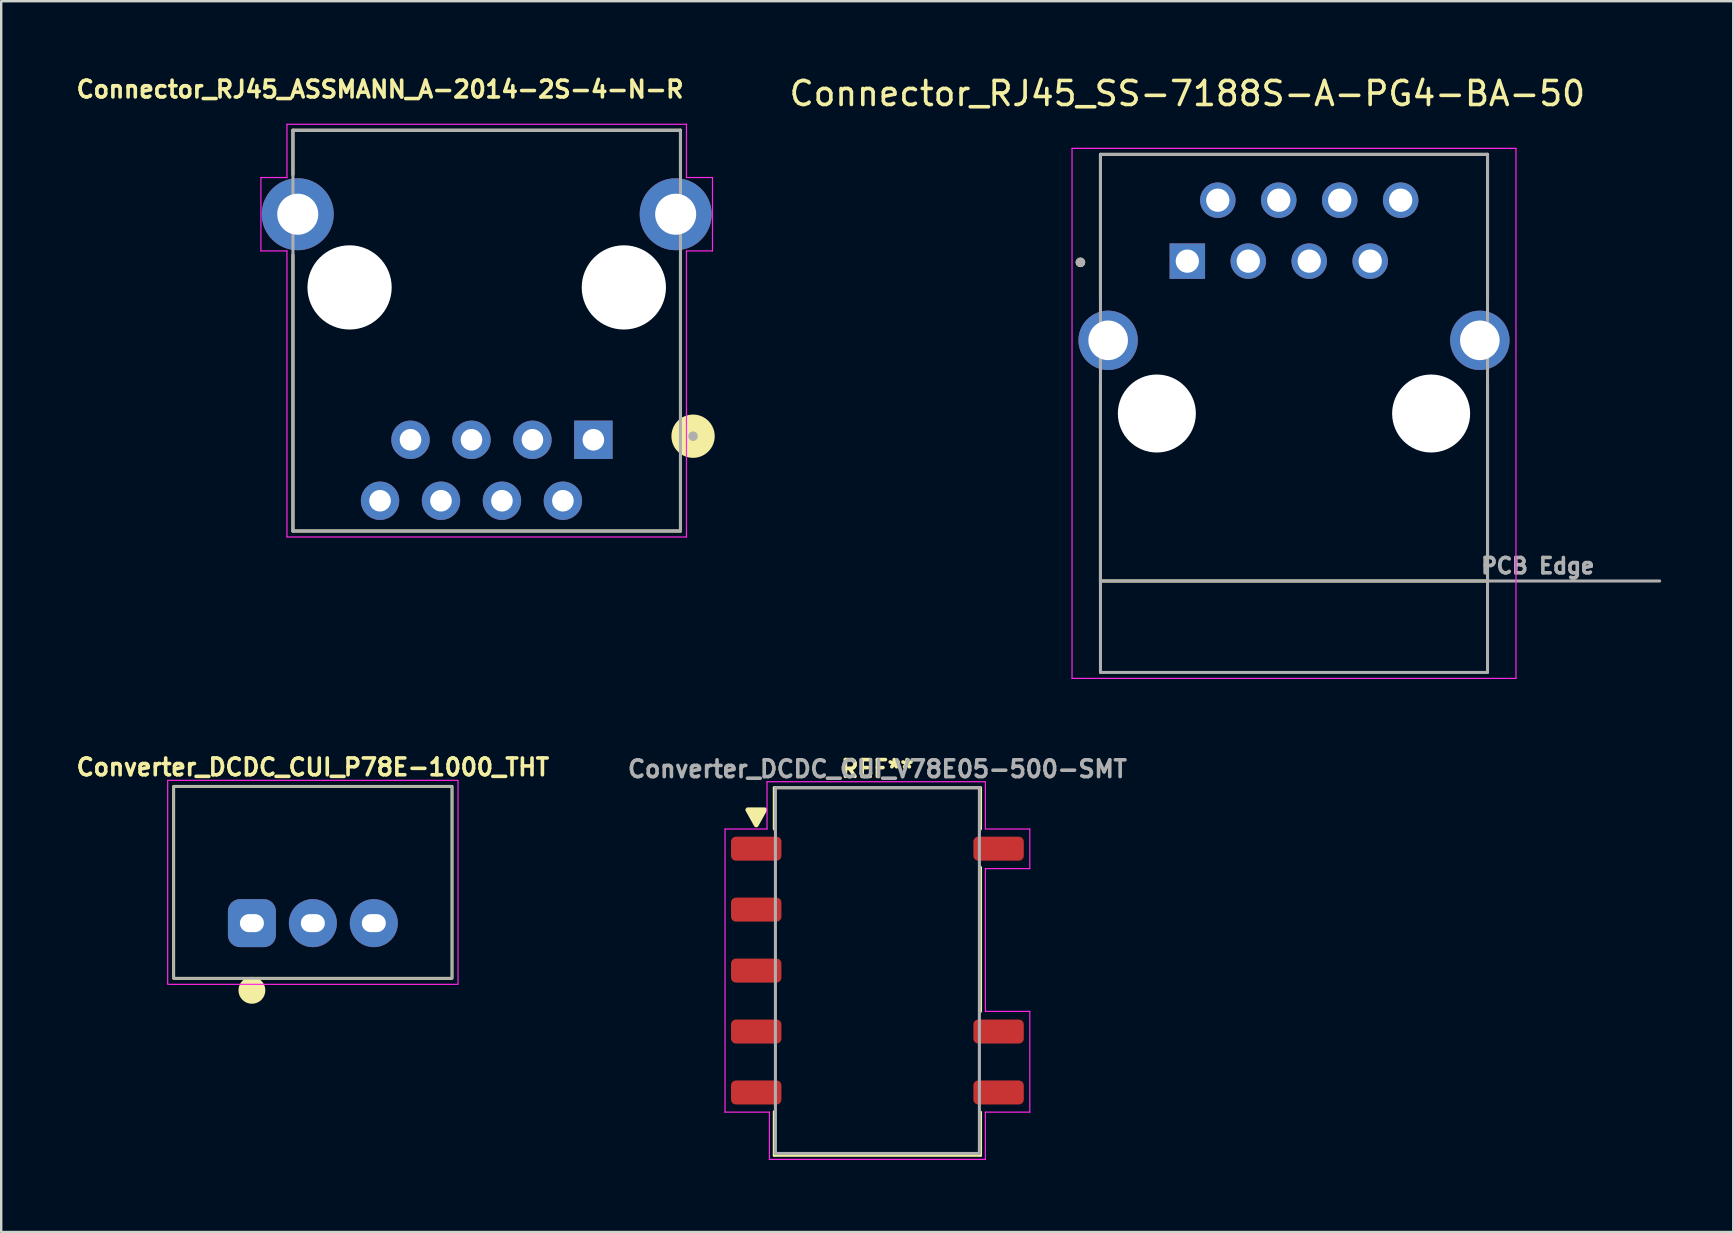
<source format=kicad_pcb>
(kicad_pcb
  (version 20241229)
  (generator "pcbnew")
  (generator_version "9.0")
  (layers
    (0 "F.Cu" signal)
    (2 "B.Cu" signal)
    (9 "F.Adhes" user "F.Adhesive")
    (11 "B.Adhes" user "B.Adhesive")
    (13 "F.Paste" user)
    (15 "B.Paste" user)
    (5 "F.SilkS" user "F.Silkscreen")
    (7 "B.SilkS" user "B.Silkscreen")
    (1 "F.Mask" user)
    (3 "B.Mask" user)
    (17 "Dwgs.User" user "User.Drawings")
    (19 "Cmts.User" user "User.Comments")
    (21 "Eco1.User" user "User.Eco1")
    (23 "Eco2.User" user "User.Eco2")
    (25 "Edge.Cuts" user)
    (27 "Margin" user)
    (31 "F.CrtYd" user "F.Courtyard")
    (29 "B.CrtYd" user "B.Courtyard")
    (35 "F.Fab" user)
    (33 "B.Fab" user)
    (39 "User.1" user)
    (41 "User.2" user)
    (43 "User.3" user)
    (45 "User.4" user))
  (footprint "Converter_DCDC_CUI_P78E-1000_THT"
    (layer "F.Cu")
    (at 7.448 35.421)
    (property "Reference" "Converter_DCDC_CUI_P78E-1000_THT" (at 2.54 -6.5 0) (unlocked yes) (layer "F.SilkS") (effects (font (size 0.7 0.7) (thickness 0.15))))
    (attr through_hole)
    (fp_rect (start -3.26 -5.7) (end 8.34 2.3) (stroke (width 0.12) (type solid)) (fill no) (layer "F.SilkS"))
    (fp_circle (center 0 2.8) (end 0.5 2.8) (stroke (width 0.12) (type solid)) (fill yes) (layer "F.SilkS"))
    (fp_rect (start -3.51 -5.95) (end 8.59 2.55) (stroke (width 0.05) (type solid)) (fill no) (layer "F.CrtYd"))
    (fp_rect (start -3.26 -5.7) (end 8.34 2.3) (stroke (width 0.1) (type solid)) (fill no) (layer "F.Fab"))
    (pad "1" thru_hole roundrect (at 0 0) (size 2 2) (drill oval 1 0.75) (layers "*.Cu" "*.Mask") (roundrect_rratio 0.25))
    (pad "2" thru_hole circle (at 2.54 0) (size 2 2) (drill oval 1 0.75) (layers "*.Cu" "*.Mask"))
    (pad "3" thru_hole circle (at 5.08 0) (size 2 2) (drill oval 1 0.75) (layers "*.Cu" "*.Mask")))
  (footprint "Connector_RJ45_SS-7188S-A-PG4-BA-50"
    (layer "F.Cu")
    (at 50.876 14.183)
    (property "Reference" "Connector_RJ45_SS-7188S-A-PG4-BA-50" (at -4.445 -13.335 0) (layer "F.SilkS") (effects (font (size 1 1) (thickness 0.15))))
    (attr through_hole)
    (fp_line (start -8.065 -10.8) (end 8.065 -10.8) (stroke (width 0.127) (type solid)) (layer "F.SilkS"))
    (fp_line (start -8.065 -4.8) (end -8.065 -10.8) (stroke (width 0.127) (type solid)) (layer "F.SilkS"))
    (fp_line (start -8.065 6.98) (end -8.065 -1.23) (stroke (width 0.127) (type solid)) (layer "F.SilkS"))
    (fp_line (start 8.065 -10.8) (end 8.065 -4.8) (stroke (width 0.127) (type solid)) (layer "F.SilkS"))
    (fp_line (start 8.065 -1.23) (end 8.065 6.98) (stroke (width 0.127) (type solid)) (layer "F.SilkS"))
    (fp_line (start 8.065 6.98) (end -8.065 6.98) (stroke (width 0.127) (type solid)) (layer "F.SilkS"))
    (fp_circle (center -8.9 -6.3) (end -8.8 -6.3) (stroke (width 0.2) (type solid)) (fill no) (layer "F.SilkS"))
    (fp_line (start -9.25 -11.05) (end 9.25 -11.05) (stroke (width 0.05) (type solid)) (layer "F.CrtYd"))
    (fp_line (start -9.25 11.04) (end -9.25 -11.05) (stroke (width 0.05) (type solid)) (layer "F.CrtYd"))
    (fp_line (start 9.25 -11.05) (end 9.25 11.04) (stroke (width 0.05) (type solid)) (layer "F.CrtYd"))
    (fp_line (start 9.25 11.04) (end -9.25 11.04) (stroke (width 0.05) (type solid)) (layer "F.CrtYd"))
    (fp_line (start -8.065 -10.8) (end 8.065 -10.8) (stroke (width 0.127) (type solid)) (layer "F.Fab"))
    (fp_line (start -8.065 6.98) (end -8.065 -10.8) (stroke (width 0.127) (type solid)) (layer "F.Fab"))
    (fp_line (start -8.065 6.98) (end 15.24 6.98) (stroke (width 0.127) (type solid)) (layer "F.Fab"))
    (fp_line (start -8.065 10.79) (end -8.065 6.98) (stroke (width 0.127) (type solid)) (layer "F.Fab"))
    (fp_line (start 8.065 -10.8) (end 8.065 10.79) (stroke (width 0.127) (type solid)) (layer "F.Fab"))
    (fp_line (start 8.065 10.79) (end -8.065 10.79) (stroke (width 0.127) (type solid)) (layer "F.Fab"))
    (fp_circle (center -8.9 -6.3) (end -8.8 -6.3) (stroke (width 0.2) (type solid)) (fill no) (layer "F.Fab"))
    (fp_text user "PCB Edge" (at 10.16 6.35 0) (layer "F.Fab") (effects (font (size 0.64 0.64) (thickness 0.15))))
    (pad "" np_thru_hole circle (at -5.715 0) (size 3.25 3.25) (drill 3.25) (layers "*.Cu" "*.Mask"))
    (pad "" np_thru_hole circle (at 5.715 0) (size 3.25 3.25) (drill 3.25) (layers "*.Cu" "*.Mask"))
    (pad "1" thru_hole rect (at -4.445 -6.35) (size 1.478 1.478) (drill 0.97) (layers "*.Cu" "*.Mask"))
    (pad "2" thru_hole circle (at -3.175 -8.89) (size 1.478 1.478) (drill 0.97) (layers "*.Cu" "*.Mask"))
    (pad "3" thru_hole circle (at -1.905 -6.35) (size 1.478 1.478) (drill 0.97) (layers "*.Cu" "*.Mask"))
    (pad "4" thru_hole circle (at -0.635 -8.89) (size 1.478 1.478) (drill 0.97) (layers "*.Cu" "*.Mask"))
    (pad "5" thru_hole circle (at 0.635 -6.35) (size 1.478 1.478) (drill 0.97) (layers "*.Cu" "*.Mask"))
    (pad "6" thru_hole circle (at 1.905 -8.89) (size 1.478 1.478) (drill 0.97) (layers "*.Cu" "*.Mask"))
    (pad "7" thru_hole circle (at 3.175 -6.35) (size 1.478 1.478) (drill 0.97) (layers "*.Cu" "*.Mask"))
    (pad "8" thru_hole circle (at 4.445 -8.89) (size 1.478 1.478) (drill 0.97) (layers "*.Cu" "*.Mask"))
    (pad "S1" thru_hole circle (at -7.745 -3.05) (size 2.475 2.475) (drill 1.65) (layers "*.Cu" "*.Mask"))
    (pad "S2" thru_hole circle (at 7.745 -3.05) (size 2.475 2.475) (drill 1.65) (layers "*.Cu" "*.Mask")))
  (footprint "Converter_DCDC_CUI_V78E05-500-SMT"
    (layer "F.Cu")
    (at 33.515 37.398)
    (property "Reference" "Converter_DCDC_CUI_V78E05-500-SMT" (at 0 -8.4 180) (layer "F.Fab") (effects (font (size 0.7 0.7) (thickness 0.15))))
    (attr smd)
    (fp_line (start -4.3 -7.62) (end 4.3 -7.62) (stroke (width 0.12) (type solid)) (layer "F.SilkS"))
    (fp_line (start -4.3 -5.9) (end -4.3 -7.62) (stroke (width 0.12) (type solid)) (layer "F.SilkS"))
    (fp_line (start -4.3 7.7) (end -4.3 5.88) (stroke (width 0.12) (type solid)) (layer "F.SilkS"))
    (fp_line (start 4.3 -7.62) (end 4.3 -5.9) (stroke (width 0.12) (type solid)) (layer "F.SilkS"))
    (fp_line (start 4.3 -4.3) (end 4.3 1.7) (stroke (width 0.12) (type solid)) (layer "F.SilkS"))
    (fp_line (start 4.3 5.9) (end 4.3 7.7) (stroke (width 0.12) (type solid)) (layer "F.SilkS"))
    (fp_line (start 4.3 7.7) (end -4.3 7.7) (stroke (width 0.12) (type solid)) (layer "F.SilkS"))
    (fp_poly (pts (xy -5.05 -6.07) (xy -5.4 -6.7) (xy -4.7 -6.7) (xy -5.05 -6.07)) (stroke (width 0.2) (type solid)) (fill yes) (layer "F.SilkS"))
    (fp_line (start -6.35 -5.9) (end -4.6 -5.9) (stroke (width 0.05) (type solid)) (layer "F.CrtYd"))
    (fp_line (start -6.35 5.9) (end -6.35 -5.9) (stroke (width 0.05) (type solid)) (layer "F.CrtYd"))
    (fp_line (start -4.6 -7.87) (end 4.5 -7.87) (stroke (width 0.05) (type solid)) (layer "F.CrtYd"))
    (fp_line (start -4.6 -5.9) (end -4.6 -7.87) (stroke (width 0.05) (type solid)) (layer "F.CrtYd"))
    (fp_line (start -4.5 5.9) (end -6.35 5.9) (stroke (width 0.05) (type solid)) (layer "F.CrtYd"))
    (fp_line (start -4.5 7.87) (end -4.5 5.9) (stroke (width 0.05) (type solid)) (layer "F.CrtYd"))
    (fp_line (start 4.5 -7.87) (end 4.5 -5.9) (stroke (width 0.05) (type solid)) (layer "F.CrtYd"))
    (fp_line (start 4.5 -5.9) (end 6.35 -5.9) (stroke (width 0.05) (type solid)) (layer "F.CrtYd"))
    (fp_line (start 4.5 -4.25) (end 6.35 -4.25) (stroke (width 0.05) (type default)) (layer "F.CrtYd"))
    (fp_line (start 4.5 1.7) (end 4.5 -4.25) (stroke (width 0.05) (type default)) (layer "F.CrtYd"))
    (fp_line (start 4.5 5.9) (end 6.35 5.9) (stroke (width 0.05) (type solid)) (layer "F.CrtYd"))
    (fp_line (start 4.5 7.87) (end -4.5 7.87) (stroke (width 0.05) (type solid)) (layer "F.CrtYd"))
    (fp_line (start 4.5 7.87) (end 4.5 5.9) (stroke (width 0.05) (type solid)) (layer "F.CrtYd"))
    (fp_line (start 6.35 -4.25) (end 6.35 -5.9) (stroke (width 0.05) (type default)) (layer "F.CrtYd"))
    (fp_line (start 6.35 1.7) (end 4.5 1.7) (stroke (width 0.05) (type default)) (layer "F.CrtYd"))
    (fp_line (start 6.35 5.9) (end 6.35 1.7) (stroke (width 0.05) (type default)) (layer "F.CrtYd"))
    (fp_line (start -4.25 -7.62) (end 4.25 -7.62) (stroke (width 0.127) (type solid)) (layer "F.Fab"))
    (fp_line (start -4.25 7.62) (end -4.25 -7.62) (stroke (width 0.127) (type solid)) (layer "F.Fab"))
    (fp_line (start 4.25 -7.62) (end 4.25 7.62) (stroke (width 0.127) (type solid)) (layer "F.Fab"))
    (fp_line (start 4.25 7.62) (end -4.25 7.62) (stroke (width 0.127) (type solid)) (layer "F.Fab"))
    (fp_text user "REF**" (at 0 -8 0) (unlocked yes) (layer "F.SilkS") (effects (font (size 0.7 0.7) (thickness 0.15)) (justify bottom)))
    (pad "1" smd roundrect (at -5.05 -5.08) (size 2.1 1) (layers "F.Cu" "F.Mask" "F.Paste") (roundrect_rratio 0.2))
    (pad "2" smd roundrect (at -5.05 -2.54) (size 2.1 1) (layers "F.Cu" "F.Mask" "F.Paste") (roundrect_rratio 0.2))
    (pad "3" smd roundrect (at -5.05 0) (size 2.1 1) (layers "F.Cu" "F.Mask" "F.Paste") (roundrect_rratio 0.2))
    (pad "4" smd roundrect (at -5.05 2.54) (size 2.1 1) (layers "F.Cu" "F.Mask" "F.Paste") (roundrect_rratio 0.2))
    (pad "5" smd roundrect (at -5.05 5.08) (size 2.1 1) (layers "F.Cu" "F.Mask" "F.Paste") (roundrect_rratio 0.2))
    (pad "6" smd roundrect (at 5.05 5.08) (size 2.1 1) (layers "F.Cu" "F.Mask" "F.Paste") (roundrect_rratio 0.2))
    (pad "7" smd roundrect (at 5.05 2.54) (size 2.1 1) (layers "F.Cu" "F.Mask" "F.Paste") (roundrect_rratio 0.2))
    (pad "10" smd roundrect (at 5.05 -5.08) (size 2.1 1) (layers "F.Cu" "F.Mask" "F.Paste") (roundrect_rratio 0.2)))
  (footprint "Connector_RJ45_ASSMANN_A-2014-2S-4-N-R"
    (layer "F.Cu")
    (at 17.233 8.928)
    (property "Reference" "Connector_RJ45_ASSMANN_A-2014-2S-4-N-R" (at -4.445 -8.255 0) (layer "F.SilkS") (effects (font (size 0.7 0.7) (thickness 0.15))))
    (attr through_hole)
    (fp_line (start -8.075 -6.55) (end 8.075 -6.55) (stroke (width 0.127) (type solid)) (layer "F.SilkS"))
    (fp_line (start -8.075 -4.7) (end -8.075 -6.55) (stroke (width 0.127) (type solid)) (layer "F.SilkS"))
    (fp_line (start -8.075 10.15) (end -8.075 -1.35) (stroke (width 0.127) (type solid)) (layer "F.SilkS"))
    (fp_line (start 8.075 -6.55) (end 8.075 -4.7) (stroke (width 0.127) (type solid)) (layer "F.SilkS"))
    (fp_line (start 8.075 -1.35) (end 8.075 10.15) (stroke (width 0.127) (type solid)) (layer "F.SilkS"))
    (fp_line (start 8.075 10.15) (end -8.075 10.15) (stroke (width 0.127) (type solid)) (layer "F.SilkS"))
    (fp_circle (center 8.6 6.2) (end 9.402 6.2) (stroke (width 0.2) (type solid)) (fill yes) (layer "F.SilkS"))
    (fp_line (start -9.41 -4.58) (end -8.325 -4.58) (stroke (width 0.05) (type solid)) (layer "F.CrtYd"))
    (fp_line (start -9.41 -1.52) (end -9.41 -4.58) (stroke (width 0.05) (type solid)) (layer "F.CrtYd"))
    (fp_line (start -8.325 -6.8) (end 8.325 -6.8) (stroke (width 0.05) (type solid)) (layer "F.CrtYd"))
    (fp_line (start -8.325 -4.58) (end -8.325 -6.8) (stroke (width 0.05) (type solid)) (layer "F.CrtYd"))
    (fp_line (start -8.325 -1.52) (end -9.41 -1.52) (stroke (width 0.05) (type solid)) (layer "F.CrtYd"))
    (fp_line (start -8.325 10.4) (end -8.325 -1.52) (stroke (width 0.05) (type solid)) (layer "F.CrtYd"))
    (fp_line (start 8.325 -6.8) (end 8.325 -4.58) (stroke (width 0.05) (type solid)) (layer "F.CrtYd"))
    (fp_line (start 8.325 -4.58) (end 9.41 -4.58) (stroke (width 0.05) (type solid)) (layer "F.CrtYd"))
    (fp_line (start 8.325 -1.52) (end 8.325 10.4) (stroke (width 0.05) (type solid)) (layer "F.CrtYd"))
    (fp_line (start 8.325 10.4) (end -8.325 10.4) (stroke (width 0.05) (type solid)) (layer "F.CrtYd"))
    (fp_line (start 9.41 -4.58) (end 9.41 -1.52) (stroke (width 0.05) (type solid)) (layer "F.CrtYd"))
    (fp_line (start 9.41 -1.52) (end 8.325 -1.52) (stroke (width 0.05) (type solid)) (layer "F.CrtYd"))
    (fp_line (start -8.075 -6.55) (end 8.075 -6.55) (stroke (width 0.127) (type solid)) (layer "F.Fab"))
    (fp_line (start -8.075 10.15) (end -8.075 -6.55) (stroke (width 0.127) (type solid)) (layer "F.Fab"))
    (fp_line (start 8.075 -6.55) (end 8.075 10.15) (stroke (width 0.127) (type solid)) (layer "F.Fab"))
    (fp_line (start 8.075 10.15) (end -8.075 10.15) (stroke (width 0.127) (type solid)) (layer "F.Fab"))
    (fp_circle (center 8.6 6.2) (end 8.7 6.2) (stroke (width 0.2) (type solid)) (fill no) (layer "F.Fab"))
    (pad "" np_thru_hole circle (at -5.715 0) (size 3.51 3.51) (drill 3.51) (layers "*.Cu" "*.Mask"))
    (pad "" np_thru_hole circle (at 5.715 0) (size 3.51 3.51) (drill 3.51) (layers "*.Cu" "*.Mask"))
    (pad "1" thru_hole rect (at 4.445 6.35) (size 1.6 1.6) (drill 0.9) (layers "*.Cu" "*.Mask"))
    (pad "2" thru_hole circle (at 3.175 8.89) (size 1.6 1.6) (drill 0.9) (layers "*.Cu" "*.Mask"))
    (pad "3" thru_hole circle (at 1.905 6.35) (size 1.6 1.6) (drill 0.9) (layers "*.Cu" "*.Mask"))
    (pad "4" thru_hole circle (at 0.635 8.89) (size 1.6 1.6) (drill 0.9) (layers "*.Cu" "*.Mask"))
    (pad "5" thru_hole circle (at -0.635 6.35) (size 1.6 1.6) (drill 0.9) (layers "*.Cu" "*.Mask"))
    (pad "6" thru_hole circle (at -1.905 8.89) (size 1.6 1.6) (drill 0.9) (layers "*.Cu" "*.Mask"))
    (pad "7" thru_hole circle (at -3.175 6.35) (size 1.6 1.6) (drill 0.9) (layers "*.Cu" "*.Mask"))
    (pad "8" thru_hole circle (at -4.445 8.89) (size 1.6 1.6) (drill 0.9) (layers "*.Cu" "*.Mask"))
    (pad "SH" thru_hole circle (at -7.875 -3.05) (size 3 3) (drill 1.71) (layers "*.Cu" "*.Mask"))
    (pad "SH" thru_hole circle (at 7.875 -3.05) (size 3 3) (drill 1.71) (layers "*.Cu" "*.Mask")))
  (gr_rect
    (start -3 -3)
    (end 69.18 48.293)
    (stroke (width 0.1) (type default))
    (fill no)
    (layer "Edge.Cuts")))
</source>
